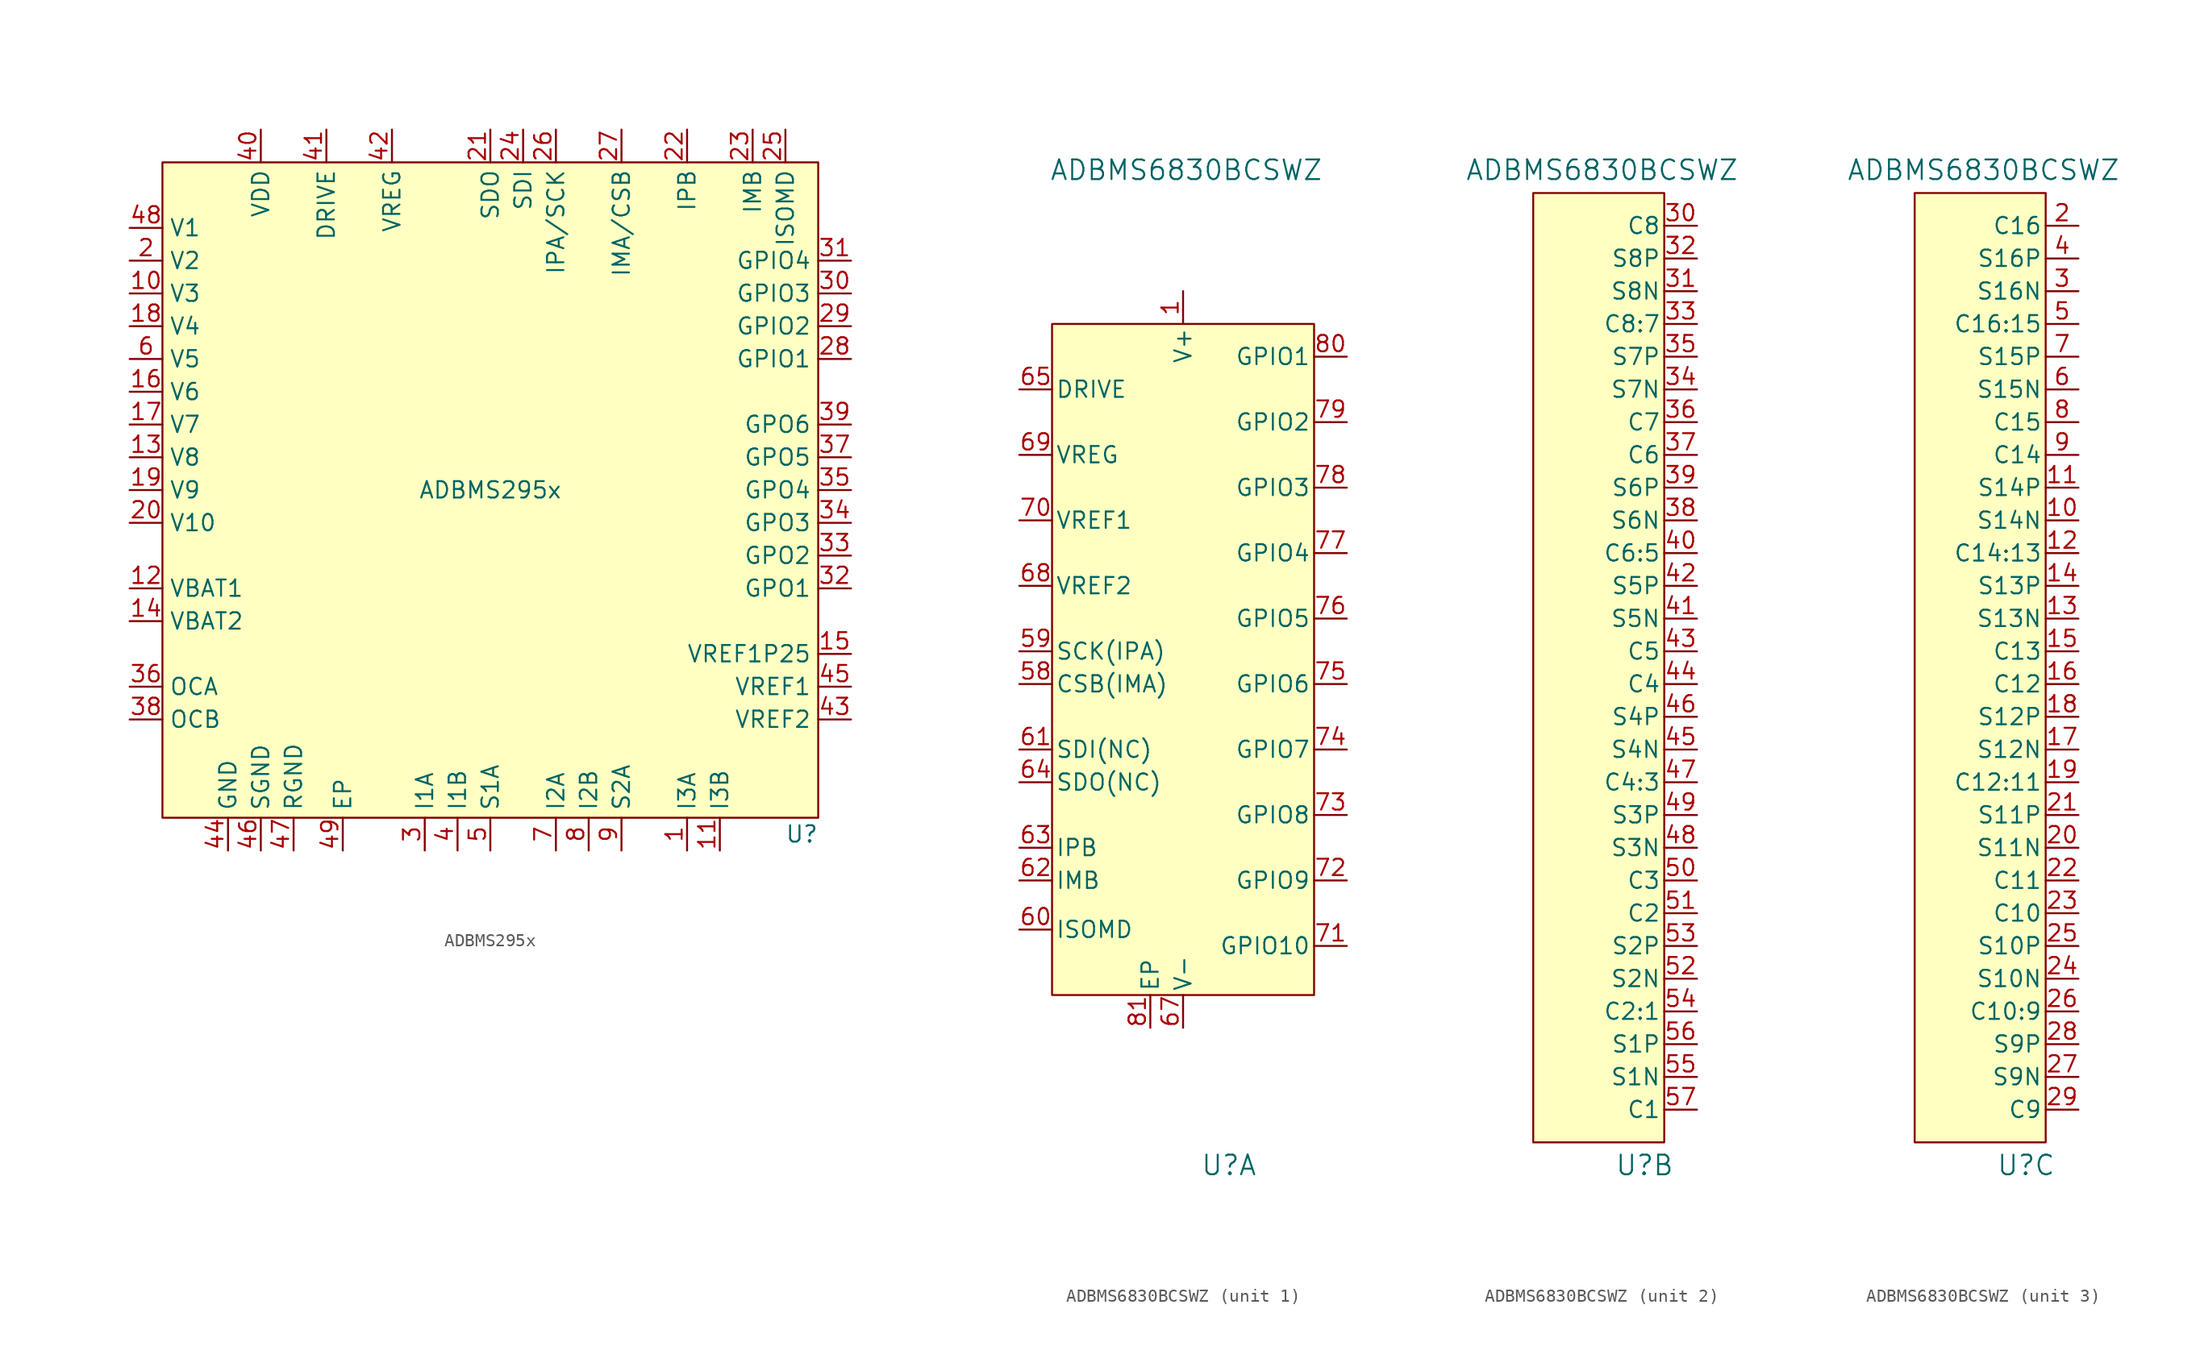
<source format=kicad_sym>
(kicad_symbol_lib
  (version 20231120)
  (generator "kicad_symbol_editor")
  (generator_version "8.0")
  (symbol "ADBMS295x"
    (property "Reference" "U"
      (at 24.13 -26.67 0)
      (effects (font (size 1.27 1.27))))
    (property "Value" "ADBMS295x"
      (at 0 0 0)
      (effects (font (size 1.27 1.27))))
    (symbol "ADBMS295x_1_1"
      (rectangle (start -25.4 25.4) (end 25.4 -25.4) (stroke (width 0) (type default)) (fill (type background)))
      (pin input line (at 15.24 -27.94 90) (length 2.54) (name "I3A" (effects (font (size 1.27 1.27)))) (number "1" (effects (font (size 1.27 1.27)))))
      (pin input line (at -27.94 15.24 0) (length 2.54) (name "V3" (effects (font (size 1.27 1.27)))) (number "10" (effects (font (size 1.27 1.27)))))
      (pin input line (at 17.78 -27.94 90) (length 2.54) (name "I3B" (effects (font (size 1.27 1.27)))) (number "11" (effects (font (size 1.27 1.27)))))
      (pin input line (at -27.94 -7.62 0) (length 2.54) (name "VBAT1" (effects (font (size 1.27 1.27)))) (number "12" (effects (font (size 1.27 1.27)))))
      (pin input line (at -27.94 2.54 0) (length 2.54) (name "V8" (effects (font (size 1.27 1.27)))) (number "13" (effects (font (size 1.27 1.27)))))
      (pin input line (at -27.94 -10.16 0) (length 2.54) (name "VBAT2" (effects (font (size 1.27 1.27)))) (number "14" (effects (font (size 1.27 1.27)))))
      (pin bidirectional line (at 27.94 -12.7 180) (length 2.54) (name "VREF1P25" (effects (font (size 1.27 1.27)))) (number "15" (effects (font (size 1.27 1.27)))))
      (pin input line (at -27.94 7.62 0) (length 2.54) (name "V6" (effects (font (size 1.27 1.27)))) (number "16" (effects (font (size 1.27 1.27)))))
      (pin input line (at -27.94 5.08 0) (length 2.54) (name "V7" (effects (font (size 1.27 1.27)))) (number "17" (effects (font (size 1.27 1.27)))))
      (pin input line (at -27.94 12.7 0) (length 2.54) (name "V4" (effects (font (size 1.27 1.27)))) (number "18" (effects (font (size 1.27 1.27)))))
      (pin input line (at -27.94 0 0) (length 2.54) (name "V9" (effects (font (size 1.27 1.27)))) (number "19" (effects (font (size 1.27 1.27)))))
      (pin input line (at -27.94 17.78 0) (length 2.54) (name "V2" (effects (font (size 1.27 1.27)))) (number "2" (effects (font (size 1.27 1.27)))))
      (pin input line (at -27.94 -2.54 0) (length 2.54) (name "V10" (effects (font (size 1.27 1.27)))) (number "20" (effects (font (size 1.27 1.27)))))
      (pin output line (at 0 27.94 270) (length 2.54) (name "SDO" (effects (font (size 1.27 1.27)))) (number "21" (effects (font (size 1.27 1.27)))))
      (pin bidirectional line (at 15.24 27.94 270) (length 2.54) (name "IPB" (effects (font (size 1.27 1.27)))) (number "22" (effects (font (size 1.27 1.27)))))
      (pin bidirectional line (at 20.32 27.94 270) (length 2.54) (name "IMB" (effects (font (size 1.27 1.27)))) (number "23" (effects (font (size 1.27 1.27)))))
      (pin input line (at 2.54 27.94 270) (length 2.54) (name "SDI" (effects (font (size 1.27 1.27)))) (number "24" (effects (font (size 1.27 1.27)))))
      (pin input line (at 22.86 27.94 270) (length 2.54) (name "ISOMD" (effects (font (size 1.27 1.27)))) (number "25" (effects (font (size 1.27 1.27)))))
      (pin bidirectional line (at 5.08 27.94 270) (length 2.54) (name "IPA/SCK" (effects (font (size 1.27 1.27)))) (number "26" (effects (font (size 1.27 1.27)))))
      (pin bidirectional line (at 10.16 27.94 270) (length 2.54) (name "IMA/CSB" (effects (font (size 1.27 1.27)))) (number "27" (effects (font (size 1.27 1.27)))))
      (pin bidirectional line (at 27.94 10.16 180) (length 2.54) (name "GPIO1" (effects (font (size 1.27 1.27)))) (number "28" (effects (font (size 1.27 1.27)))))
      (pin bidirectional line (at 27.94 12.7 180) (length 2.54) (name "GPIO2" (effects (font (size 1.27 1.27)))) (number "29" (effects (font (size 1.27 1.27)))))
      (pin input line (at -5.08 -27.94 90) (length 2.54) (name "I1A" (effects (font (size 1.27 1.27)))) (number "3" (effects (font (size 1.27 1.27)))))
      (pin bidirectional line (at 27.94 15.24 180) (length 2.54) (name "GPIO3" (effects (font (size 1.27 1.27)))) (number "30" (effects (font (size 1.27 1.27)))))
      (pin bidirectional line (at 27.94 17.78 180) (length 2.54) (name "GPIO4" (effects (font (size 1.27 1.27)))) (number "31" (effects (font (size 1.27 1.27)))))
      (pin output line (at 27.94 -7.62 180) (length 2.54) (name "GPO1" (effects (font (size 1.27 1.27)))) (number "32" (effects (font (size 1.27 1.27)))))
      (pin output line (at 27.94 -5.08 180) (length 2.54) (name "GPO2" (effects (font (size 1.27 1.27)))) (number "33" (effects (font (size 1.27 1.27)))))
      (pin output line (at 27.94 -2.54 180) (length 2.54) (name "GPO3" (effects (font (size 1.27 1.27)))) (number "34" (effects (font (size 1.27 1.27)))))
      (pin output line (at 27.94 0 180) (length 2.54) (name "GPO4" (effects (font (size 1.27 1.27)))) (number "35" (effects (font (size 1.27 1.27)))))
      (pin output line (at -27.94 -15.24 0) (length 2.54) (name "OCA" (effects (font (size 1.27 1.27)))) (number "36" (effects (font (size 1.27 1.27)))))
      (pin output line (at 27.94 2.54 180) (length 2.54) (name "GPO5" (effects (font (size 1.27 1.27)))) (number "37" (effects (font (size 1.27 1.27)))))
      (pin output line (at -27.94 -17.78 0) (length 2.54) (name "OCB" (effects (font (size 1.27 1.27)))) (number "38" (effects (font (size 1.27 1.27)))))
      (pin output line (at 27.94 5.08 180) (length 2.54) (name "GPO6" (effects (font (size 1.27 1.27)))) (number "39" (effects (font (size 1.27 1.27)))))
      (pin input line (at -2.54 -27.94 90) (length 2.54) (name "I1B" (effects (font (size 1.27 1.27)))) (number "4" (effects (font (size 1.27 1.27)))))
      (pin power_in line (at -17.78 27.94 270) (length 2.54) (name "VDD" (effects (font (size 1.27 1.27)))) (number "40" (effects (font (size 1.27 1.27)))))
      (pin output line (at -12.7 27.94 270) (length 2.54) (name "DRIVE" (effects (font (size 1.27 1.27)))) (number "41" (effects (font (size 1.27 1.27)))))
      (pin power_in line (at -7.62 27.94 270) (length 2.54) (name "VREG" (effects (font (size 1.27 1.27)))) (number "42" (effects (font (size 1.27 1.27)))))
      (pin passive line (at 27.94 -17.78 180) (length 2.54) (name "VREF2" (effects (font (size 1.27 1.27)))) (number "43" (effects (font (size 1.27 1.27)))))
      (pin bidirectional line (at -20.32 -27.94 90) (length 2.54) (name "GND" (effects (font (size 1.27 1.27)))) (number "44" (effects (font (size 1.27 1.27)))))
      (pin passive line (at 27.94 -15.24 180) (length 2.54) (name "VREF1" (effects (font (size 1.27 1.27)))) (number "45" (effects (font (size 1.27 1.27)))))
      (pin bidirectional line (at -17.78 -27.94 90) (length 2.54) (name "SGND" (effects (font (size 1.27 1.27)))) (number "46" (effects (font (size 1.27 1.27)))))
      (pin bidirectional line (at -15.24 -27.94 90) (length 2.54) (name "RGND" (effects (font (size 1.27 1.27)))) (number "47" (effects (font (size 1.27 1.27)))))
      (pin input line (at -27.94 20.32 0) (length 2.54) (name "V1" (effects (font (size 1.27 1.27)))) (number "48" (effects (font (size 1.27 1.27)))))
      (pin passive line (at -11.43 -27.94 90) (length 2.54) (name "EP" (effects (font (size 1.27 1.27)))) (number "49" (effects (font (size 1.27 1.27)))))
      (pin bidirectional line (at 0 -27.94 90) (length 2.54) (name "S1A" (effects (font (size 1.27 1.27)))) (number "5" (effects (font (size 1.27 1.27)))))
      (pin input line (at -27.94 10.16 0) (length 2.54) (name "V5" (effects (font (size 1.27 1.27)))) (number "6" (effects (font (size 1.27 1.27)))))
      (pin input line (at 5.08 -27.94 90) (length 2.54) (name "I2A" (effects (font (size 1.27 1.27)))) (number "7" (effects (font (size 1.27 1.27)))))
      (pin input line (at 7.62 -27.94 90) (length 2.54) (name "I2B" (effects (font (size 1.27 1.27)))) (number "8" (effects (font (size 1.27 1.27)))))
      (pin bidirectional line (at 10.16 -27.94 90) (length 2.54) (name "S2A" (effects (font (size 1.27 1.27)))) (number "9" (effects (font (size 1.27 1.27)))))))
  (symbol "ADBMS6830BCSWZ"
    (pin_names
      (offset 0.254))
    (property "Reference" "U"
      (at 3.556 -39.878 0)
      (effects (font (size 1.524 1.524))))
    (property "Value" "ADBMS6830BCSWZ"
      (at 0.254 37.338 0)
      (effects (font (size 1.524 1.524))))
    (property "ki_locked" ""
      (at 0 0 0)
      (effects (font (size 1.27 1.27))))
    (symbol "ADBMS6830BCSWZ_1_1"
      (rectangle (start -10.16 25.4) (end 10.16 -26.67) (stroke (width 0) (type default)) (fill (type background)))
      (pin power_in line (at 0 27.94 270) (length 2.54) (name "V+" (effects (font (size 1.27 1.27)))) (number "1" (effects (font (size 1.27 1.27)))))
      (pin unspecified line (at -12.7 -2.54 0) (length 2.54) (name "CSB(IMA)" (effects (font (size 1.27 1.27)))) (number "58" (effects (font (size 1.27 1.27)))))
      (pin unspecified line (at -12.7 0 0) (length 2.54) (name "SCK(IPA)" (effects (font (size 1.27 1.27)))) (number "59" (effects (font (size 1.27 1.27)))))
      (pin unspecified line (at -12.7 -21.59 0) (length 2.54) (name "ISOMD" (effects (font (size 1.27 1.27)))) (number "60" (effects (font (size 1.27 1.27)))))
      (pin unspecified line (at -12.7 -7.62 0) (length 2.54) (name "SDI(NC)" (effects (font (size 1.27 1.27)))) (number "61" (effects (font (size 1.27 1.27)))))
      (pin unspecified line (at -12.7 -17.78 0) (length 2.54) (name "IMB" (effects (font (size 1.27 1.27)))) (number "62" (effects (font (size 1.27 1.27)))))
      (pin unspecified line (at -12.7 -15.24 0) (length 2.54) (name "IPB" (effects (font (size 1.27 1.27)))) (number "63" (effects (font (size 1.27 1.27)))))
      (pin unspecified line (at -12.7 -10.16 0) (length 2.54) (name "SDO(NC)" (effects (font (size 1.27 1.27)))) (number "64" (effects (font (size 1.27 1.27)))))
      (pin unspecified line (at -12.7 20.32 0) (length 2.54) (name "DRIVE" (effects (font (size 1.27 1.27)))) (number "65" (effects (font (size 1.27 1.27)))))
      (pin no_connect line (at -12.7 -24.13 0) (length 2.54) hide (name "NC" (effects (font (size 1.27 1.27)))) (number "66" (effects (font (size 1.27 1.27)))))
      (pin power_in line (at 0 -29.21 90) (length 2.54) (name "V-" (effects (font (size 1.27 1.27)))) (number "67" (effects (font (size 1.27 1.27)))))
      (pin power_in line (at -12.7 5.08 0) (length 2.54) (name "VREF2" (effects (font (size 1.27 1.27)))) (number "68" (effects (font (size 1.27 1.27)))))
      (pin unspecified line (at -12.7 15.24 0) (length 2.54) (name "VREG" (effects (font (size 1.27 1.27)))) (number "69" (effects (font (size 1.27 1.27)))))
      (pin power_in line (at -12.7 10.16 0) (length 2.54) (name "VREF1" (effects (font (size 1.27 1.27)))) (number "70" (effects (font (size 1.27 1.27)))))
      (pin bidirectional line (at 12.7 -22.86 180) (length 2.54) (name "GPIO10" (effects (font (size 1.27 1.27)))) (number "71" (effects (font (size 1.27 1.27)))))
      (pin bidirectional line (at 12.7 -17.78 180) (length 2.54) (name "GPIO9" (effects (font (size 1.27 1.27)))) (number "72" (effects (font (size 1.27 1.27)))))
      (pin bidirectional line (at 12.7 -12.7 180) (length 2.54) (name "GPIO8" (effects (font (size 1.27 1.27)))) (number "73" (effects (font (size 1.27 1.27)))))
      (pin bidirectional line (at 12.7 -7.62 180) (length 2.54) (name "GPIO7" (effects (font (size 1.27 1.27)))) (number "74" (effects (font (size 1.27 1.27)))))
      (pin bidirectional line (at 12.7 -2.54 180) (length 2.54) (name "GPIO6" (effects (font (size 1.27 1.27)))) (number "75" (effects (font (size 1.27 1.27)))))
      (pin bidirectional line (at 12.7 2.54 180) (length 2.54) (name "GPIO5" (effects (font (size 1.27 1.27)))) (number "76" (effects (font (size 1.27 1.27)))))
      (pin bidirectional line (at 12.7 7.62 180) (length 2.54) (name "GPIO4" (effects (font (size 1.27 1.27)))) (number "77" (effects (font (size 1.27 1.27)))))
      (pin bidirectional line (at 12.7 12.7 180) (length 2.54) (name "GPIO3" (effects (font (size 1.27 1.27)))) (number "78" (effects (font (size 1.27 1.27)))))
      (pin bidirectional line (at 12.7 17.78 180) (length 2.54) (name "GPIO2" (effects (font (size 1.27 1.27)))) (number "79" (effects (font (size 1.27 1.27)))))
      (pin bidirectional line (at 12.7 22.86 180) (length 2.54) (name "GPIO1" (effects (font (size 1.27 1.27)))) (number "80" (effects (font (size 1.27 1.27)))))
      (pin power_in line (at -2.54 -29.21 90) (length 2.54) (name "EP" (effects (font (size 1.27 1.27)))) (number "81" (effects (font (size 1.27 1.27))))))
    (symbol "ADBMS6830BCSWZ_2_1"
      (rectangle (start -5.08 35.56) (end 5.08 -38.1) (stroke (width 0) (type default)) (fill (type background)))
      (pin bidirectional line (at 7.62 33.02 180) (length 2.54) (name "C8" (effects (font (size 1.27 1.27)))) (number "30" (effects (font (size 1.27 1.27)))))
      (pin bidirectional line (at 7.62 27.94 180) (length 2.54) (name "S8N" (effects (font (size 1.27 1.27)))) (number "31" (effects (font (size 1.27 1.27)))))
      (pin bidirectional line (at 7.62 30.48 180) (length 2.54) (name "S8P" (effects (font (size 1.27 1.27)))) (number "32" (effects (font (size 1.27 1.27)))))
      (pin bidirectional line (at 7.62 25.4 180) (length 2.54) (name "C8:7" (effects (font (size 1.27 1.27)))) (number "33" (effects (font (size 1.27 1.27)))))
      (pin bidirectional line (at 7.62 20.32 180) (length 2.54) (name "S7N" (effects (font (size 1.27 1.27)))) (number "34" (effects (font (size 1.27 1.27)))))
      (pin bidirectional line (at 7.62 22.86 180) (length 2.54) (name "S7P" (effects (font (size 1.27 1.27)))) (number "35" (effects (font (size 1.27 1.27)))))
      (pin bidirectional line (at 7.62 17.78 180) (length 2.54) (name "C7" (effects (font (size 1.27 1.27)))) (number "36" (effects (font (size 1.27 1.27)))))
      (pin bidirectional line (at 7.62 15.24 180) (length 2.54) (name "C6" (effects (font (size 1.27 1.27)))) (number "37" (effects (font (size 1.27 1.27)))))
      (pin bidirectional line (at 7.62 10.16 180) (length 2.54) (name "S6N" (effects (font (size 1.27 1.27)))) (number "38" (effects (font (size 1.27 1.27)))))
      (pin bidirectional line (at 7.62 12.7 180) (length 2.54) (name "S6P" (effects (font (size 1.27 1.27)))) (number "39" (effects (font (size 1.27 1.27)))))
      (pin bidirectional line (at 7.62 7.62 180) (length 2.54) (name "C6:5" (effects (font (size 1.27 1.27)))) (number "40" (effects (font (size 1.27 1.27)))))
      (pin bidirectional line (at 7.62 2.54 180) (length 2.54) (name "S5N" (effects (font (size 1.27 1.27)))) (number "41" (effects (font (size 1.27 1.27)))))
      (pin bidirectional line (at 7.62 5.08 180) (length 2.54) (name "S5P" (effects (font (size 1.27 1.27)))) (number "42" (effects (font (size 1.27 1.27)))))
      (pin bidirectional line (at 7.62 0 180) (length 2.54) (name "C5" (effects (font (size 1.27 1.27)))) (number "43" (effects (font (size 1.27 1.27)))))
      (pin bidirectional line (at 7.62 -2.54 180) (length 2.54) (name "C4" (effects (font (size 1.27 1.27)))) (number "44" (effects (font (size 1.27 1.27)))))
      (pin bidirectional line (at 7.62 -7.62 180) (length 2.54) (name "S4N" (effects (font (size 1.27 1.27)))) (number "45" (effects (font (size 1.27 1.27)))))
      (pin bidirectional line (at 7.62 -5.08 180) (length 2.54) (name "S4P" (effects (font (size 1.27 1.27)))) (number "46" (effects (font (size 1.27 1.27)))))
      (pin bidirectional line (at 7.62 -10.16 180) (length 2.54) (name "C4:3" (effects (font (size 1.27 1.27)))) (number "47" (effects (font (size 1.27 1.27)))))
      (pin bidirectional line (at 7.62 -15.24 180) (length 2.54) (name "S3N" (effects (font (size 1.27 1.27)))) (number "48" (effects (font (size 1.27 1.27)))))
      (pin bidirectional line (at 7.62 -12.7 180) (length 2.54) (name "S3P" (effects (font (size 1.27 1.27)))) (number "49" (effects (font (size 1.27 1.27)))))
      (pin bidirectional line (at 7.62 -17.78 180) (length 2.54) (name "C3" (effects (font (size 1.27 1.27)))) (number "50" (effects (font (size 1.27 1.27)))))
      (pin bidirectional line (at 7.62 -20.32 180) (length 2.54) (name "C2" (effects (font (size 1.27 1.27)))) (number "51" (effects (font (size 1.27 1.27)))))
      (pin bidirectional line (at 7.62 -25.4 180) (length 2.54) (name "S2N" (effects (font (size 1.27 1.27)))) (number "52" (effects (font (size 1.27 1.27)))))
      (pin bidirectional line (at 7.62 -22.86 180) (length 2.54) (name "S2P" (effects (font (size 1.27 1.27)))) (number "53" (effects (font (size 1.27 1.27)))))
      (pin bidirectional line (at 7.62 -27.94 180) (length 2.54) (name "C2:1" (effects (font (size 1.27 1.27)))) (number "54" (effects (font (size 1.27 1.27)))))
      (pin bidirectional line (at 7.62 -33.02 180) (length 2.54) (name "S1N" (effects (font (size 1.27 1.27)))) (number "55" (effects (font (size 1.27 1.27)))))
      (pin bidirectional line (at 7.62 -30.48 180) (length 2.54) (name "S1P" (effects (font (size 1.27 1.27)))) (number "56" (effects (font (size 1.27 1.27)))))
      (pin bidirectional line (at 7.62 -35.56 180) (length 2.54) (name "C1" (effects (font (size 1.27 1.27)))) (number "57" (effects (font (size 1.27 1.27))))))
    (symbol "ADBMS6830BCSWZ_3_1"
      (rectangle (start -5.08 35.56) (end 5.08 -38.1) (stroke (width 0) (type default)) (fill (type background)))
      (pin bidirectional line (at 7.62 10.16 180) (length 2.54) (name "S14N" (effects (font (size 1.27 1.27)))) (number "10" (effects (font (size 1.27 1.27)))))
      (pin bidirectional line (at 7.62 12.7 180) (length 2.54) (name "S14P" (effects (font (size 1.27 1.27)))) (number "11" (effects (font (size 1.27 1.27)))))
      (pin bidirectional line (at 7.62 7.62 180) (length 2.54) (name "C14:13" (effects (font (size 1.27 1.27)))) (number "12" (effects (font (size 1.27 1.27)))))
      (pin bidirectional line (at 7.62 2.54 180) (length 2.54) (name "S13N" (effects (font (size 1.27 1.27)))) (number "13" (effects (font (size 1.27 1.27)))))
      (pin bidirectional line (at 7.62 5.08 180) (length 2.54) (name "S13P" (effects (font (size 1.27 1.27)))) (number "14" (effects (font (size 1.27 1.27)))))
      (pin bidirectional line (at 7.62 0 180) (length 2.54) (name "C13" (effects (font (size 1.27 1.27)))) (number "15" (effects (font (size 1.27 1.27)))))
      (pin bidirectional line (at 7.62 -2.54 180) (length 2.54) (name "C12" (effects (font (size 1.27 1.27)))) (number "16" (effects (font (size 1.27 1.27)))))
      (pin bidirectional line (at 7.62 -7.62 180) (length 2.54) (name "S12N" (effects (font (size 1.27 1.27)))) (number "17" (effects (font (size 1.27 1.27)))))
      (pin bidirectional line (at 7.62 -5.08 180) (length 2.54) (name "S12P" (effects (font (size 1.27 1.27)))) (number "18" (effects (font (size 1.27 1.27)))))
      (pin bidirectional line (at 7.62 -10.16 180) (length 2.54) (name "C12:11" (effects (font (size 1.27 1.27)))) (number "19" (effects (font (size 1.27 1.27)))))
      (pin bidirectional line (at 7.62 33.02 180) (length 2.54) (name "C16" (effects (font (size 1.27 1.27)))) (number "2" (effects (font (size 1.27 1.27)))))
      (pin bidirectional line (at 7.62 -15.24 180) (length 2.54) (name "S11N" (effects (font (size 1.27 1.27)))) (number "20" (effects (font (size 1.27 1.27)))))
      (pin bidirectional line (at 7.62 -12.7 180) (length 2.54) (name "S11P" (effects (font (size 1.27 1.27)))) (number "21" (effects (font (size 1.27 1.27)))))
      (pin bidirectional line (at 7.62 -17.78 180) (length 2.54) (name "C11" (effects (font (size 1.27 1.27)))) (number "22" (effects (font (size 1.27 1.27)))))
      (pin bidirectional line (at 7.62 -20.32 180) (length 2.54) (name "C10" (effects (font (size 1.27 1.27)))) (number "23" (effects (font (size 1.27 1.27)))))
      (pin bidirectional line (at 7.62 -25.4 180) (length 2.54) (name "S10N" (effects (font (size 1.27 1.27)))) (number "24" (effects (font (size 1.27 1.27)))))
      (pin bidirectional line (at 7.62 -22.86 180) (length 2.54) (name "S10P" (effects (font (size 1.27 1.27)))) (number "25" (effects (font (size 1.27 1.27)))))
      (pin bidirectional line (at 7.62 -27.94 180) (length 2.54) (name "C10:9" (effects (font (size 1.27 1.27)))) (number "26" (effects (font (size 1.27 1.27)))))
      (pin bidirectional line (at 7.62 -33.02 180) (length 2.54) (name "S9N" (effects (font (size 1.27 1.27)))) (number "27" (effects (font (size 1.27 1.27)))))
      (pin bidirectional line (at 7.62 -30.48 180) (length 2.54) (name "S9P" (effects (font (size 1.27 1.27)))) (number "28" (effects (font (size 1.27 1.27)))))
      (pin bidirectional line (at 7.62 -35.56 180) (length 2.54) (name "C9" (effects (font (size 1.27 1.27)))) (number "29" (effects (font (size 1.27 1.27)))))
      (pin bidirectional line (at 7.62 27.94 180) (length 2.54) (name "S16N" (effects (font (size 1.27 1.27)))) (number "3" (effects (font (size 1.27 1.27)))))
      (pin bidirectional line (at 7.62 30.48 180) (length 2.54) (name "S16P" (effects (font (size 1.27 1.27)))) (number "4" (effects (font (size 1.27 1.27)))))
      (pin bidirectional line (at 7.62 25.4 180) (length 2.54) (name "C16:15" (effects (font (size 1.27 1.27)))) (number "5" (effects (font (size 1.27 1.27)))))
      (pin bidirectional line (at 7.62 20.32 180) (length 2.54) (name "S15N" (effects (font (size 1.27 1.27)))) (number "6" (effects (font (size 1.27 1.27)))))
      (pin bidirectional line (at 7.62 22.86 180) (length 2.54) (name "S15P" (effects (font (size 1.27 1.27)))) (number "7" (effects (font (size 1.27 1.27)))))
      (pin bidirectional line (at 7.62 17.78 180) (length 2.54) (name "C15" (effects (font (size 1.27 1.27)))) (number "8" (effects (font (size 1.27 1.27)))))
      (pin bidirectional line (at 7.62 15.24 180) (length 2.54) (name "C14" (effects (font (size 1.27 1.27)))) (number "9" (effects (font (size 1.27 1.27))))))))
</source>
